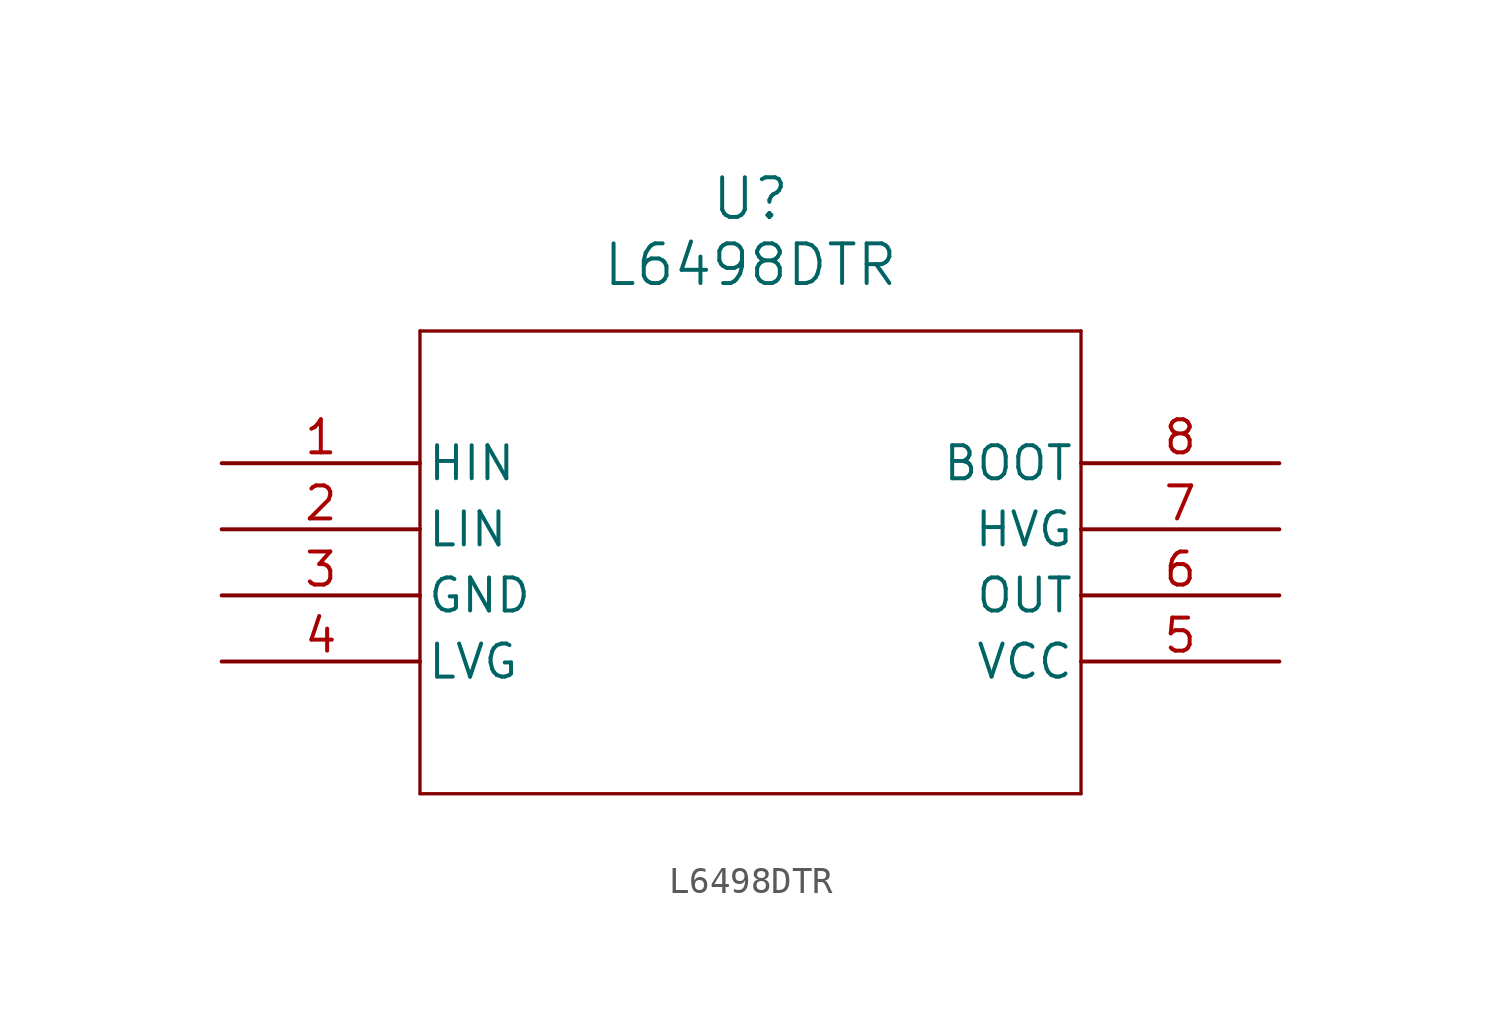
<source format=kicad_sym>
(kicad_symbol_lib
  (version 20211014)
  (generator kicad_symbol_editor)
  (symbol "L6498DTR"
    (pin_names
      (offset 0.254))
    (property "Reference" "U"
      (at 20.32 10.16 0)
      (effects (font (size 1.524 1.524))))
    (property "Value" "L6498DTR"
      (at 20.32 7.62 0)
      (effects (font (size 1.524 1.524))))
    (symbol "L6498DTR_0_1"
      (polyline (pts (xy 7.62 5.08) (xy 7.62 -12.7)) (stroke (width 0.127) (type default) (color 0 0 0 0)) (fill (type none)))
      (polyline (pts (xy 7.62 -12.7) (xy 33.02 -12.7)) (stroke (width 0.127) (type default) (color 0 0 0 0)) (fill (type none)))
      (polyline (pts (xy 33.02 -12.7) (xy 33.02 5.08)) (stroke (width 0.127) (type default) (color 0 0 0 0)) (fill (type none)))
      (polyline (pts (xy 33.02 5.08) (xy 7.62 5.08)) (stroke (width 0.127) (type default) (color 0 0 0 0)) (fill (type none)))
      (pin input line (at 0 0 0) (length 7.62) (name "HIN" (effects (font (size 1.27 1.27)))) (number "1" (effects (font (size 1.27 1.27)))))
      (pin input line (at 0 -2.54 0) (length 7.62) (name "LIN" (effects (font (size 1.27 1.27)))) (number "2" (effects (font (size 1.27 1.27)))))
      (pin power_out line (at 0 -5.08 0) (length 7.62) (name "GND" (effects (font (size 1.27 1.27)))) (number "3" (effects (font (size 1.27 1.27)))))
      (pin output line (at 0 -7.62 0) (length 7.62) (name "LVG" (effects (font (size 1.27 1.27)))) (number "4" (effects (font (size 1.27 1.27)))))
      (pin power_in line (at 40.64 -7.62 180) (length 7.62) (name "VCC" (effects (font (size 1.27 1.27)))) (number "5" (effects (font (size 1.27 1.27)))))
      (pin output line (at 40.64 -5.08 180) (length 7.62) (name "OUT" (effects (font (size 1.27 1.27)))) (number "6" (effects (font (size 1.27 1.27)))))
      (pin output line (at 40.64 -2.54 180) (length 7.62) (name "HVG" (effects (font (size 1.27 1.27)))) (number "7" (effects (font (size 1.27 1.27)))))
      (pin power_in line (at 40.64 0 180) (length 7.62) (name "BOOT" (effects (font (size 1.27 1.27)))) (number "8" (effects (font (size 1.27 1.27))))))))
</source>
